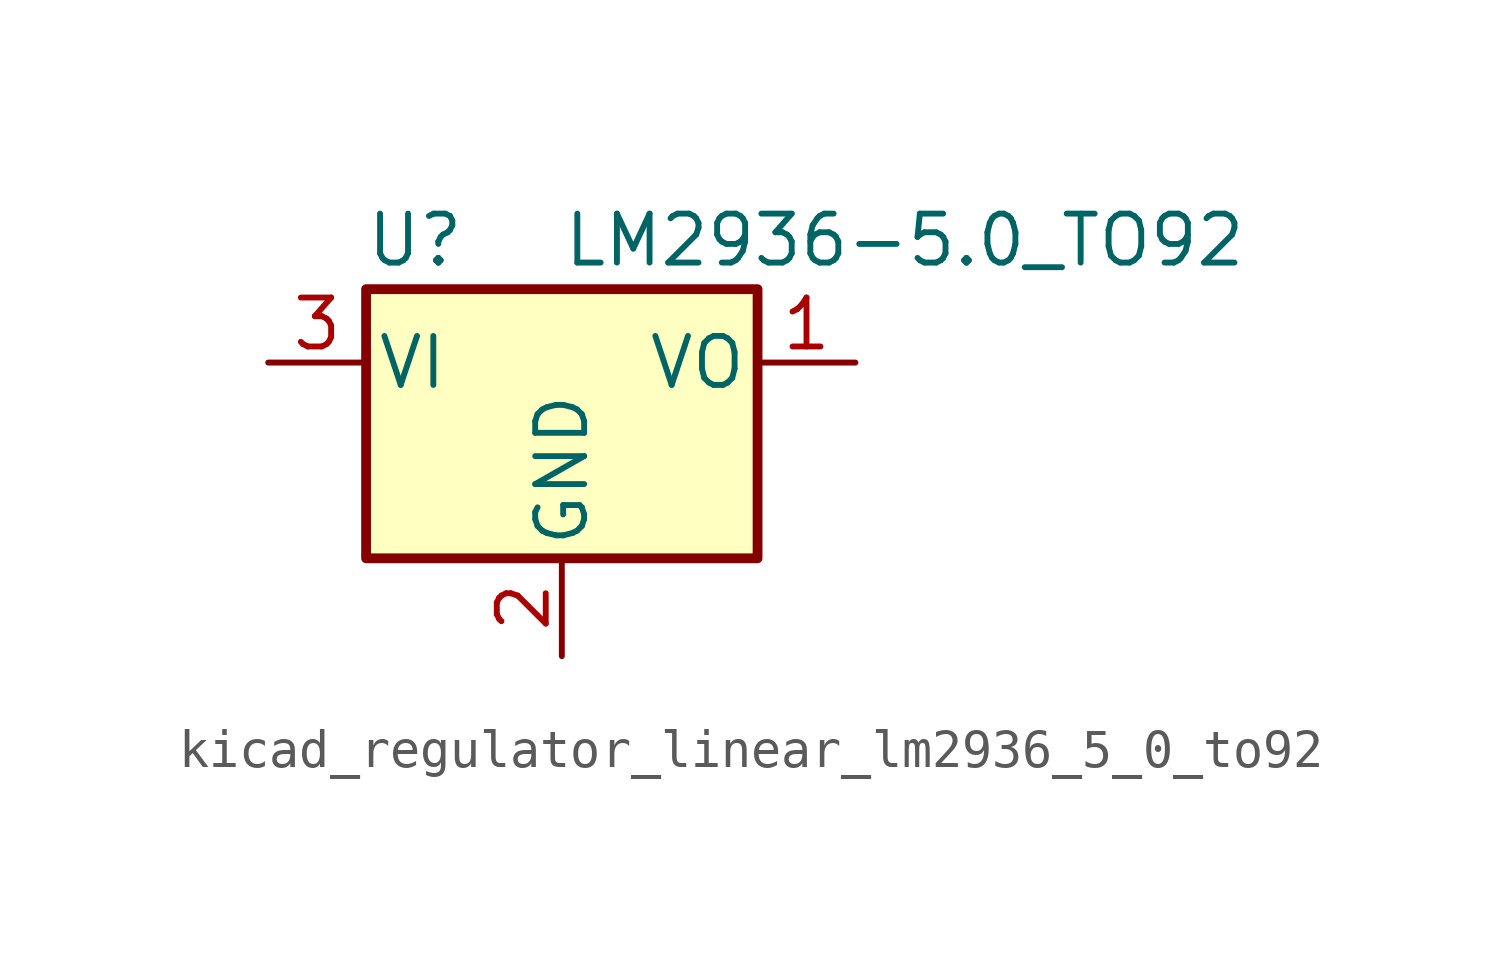
<source format=kicad_sym>
(kicad_symbol_lib
  (version 20220914)
  (generator kicad_symbol_editor)
  (symbol "kicad_regulator_linear_lm2936_5_0_to92"
    (pin_names
      (offset 0.254))
    (property "Reference" "U"
      (at -3.81 3.175 0)
      (effects (font (size 1.27 1.27))))
    (property "Value" "LM2936-5.0_TO92"
      (at 0 3.175 0)
      (effects (font (size 1.27 1.27)) (justify left)))
    (symbol "kicad_regulator_linear_lm2936_5_0_to92_0_1"
      (rectangle (start -5.08 -5.08) (end 5.08 1.905) (stroke (width 0.254) (type default)) (fill (type background))))
    (symbol "kicad_regulator_linear_lm2936_5_0_to92_1_1"
      (pin power_out line (at 7.62 0 180) (length 2.54) (name "VO" (effects (font (size 1.27 1.27)))) (number "1" (effects (font (size 1.27 1.27)))))
      (pin power_in line (at 0 -7.62 90) (length 2.54) (name "GND" (effects (font (size 1.27 1.27)))) (number "2" (effects (font (size 1.27 1.27)))))
      (pin power_in line (at -7.62 0 0) (length 2.54) (name "VI" (effects (font (size 1.27 1.27)))) (number "3" (effects (font (size 1.27 1.27))))))))
</source>
